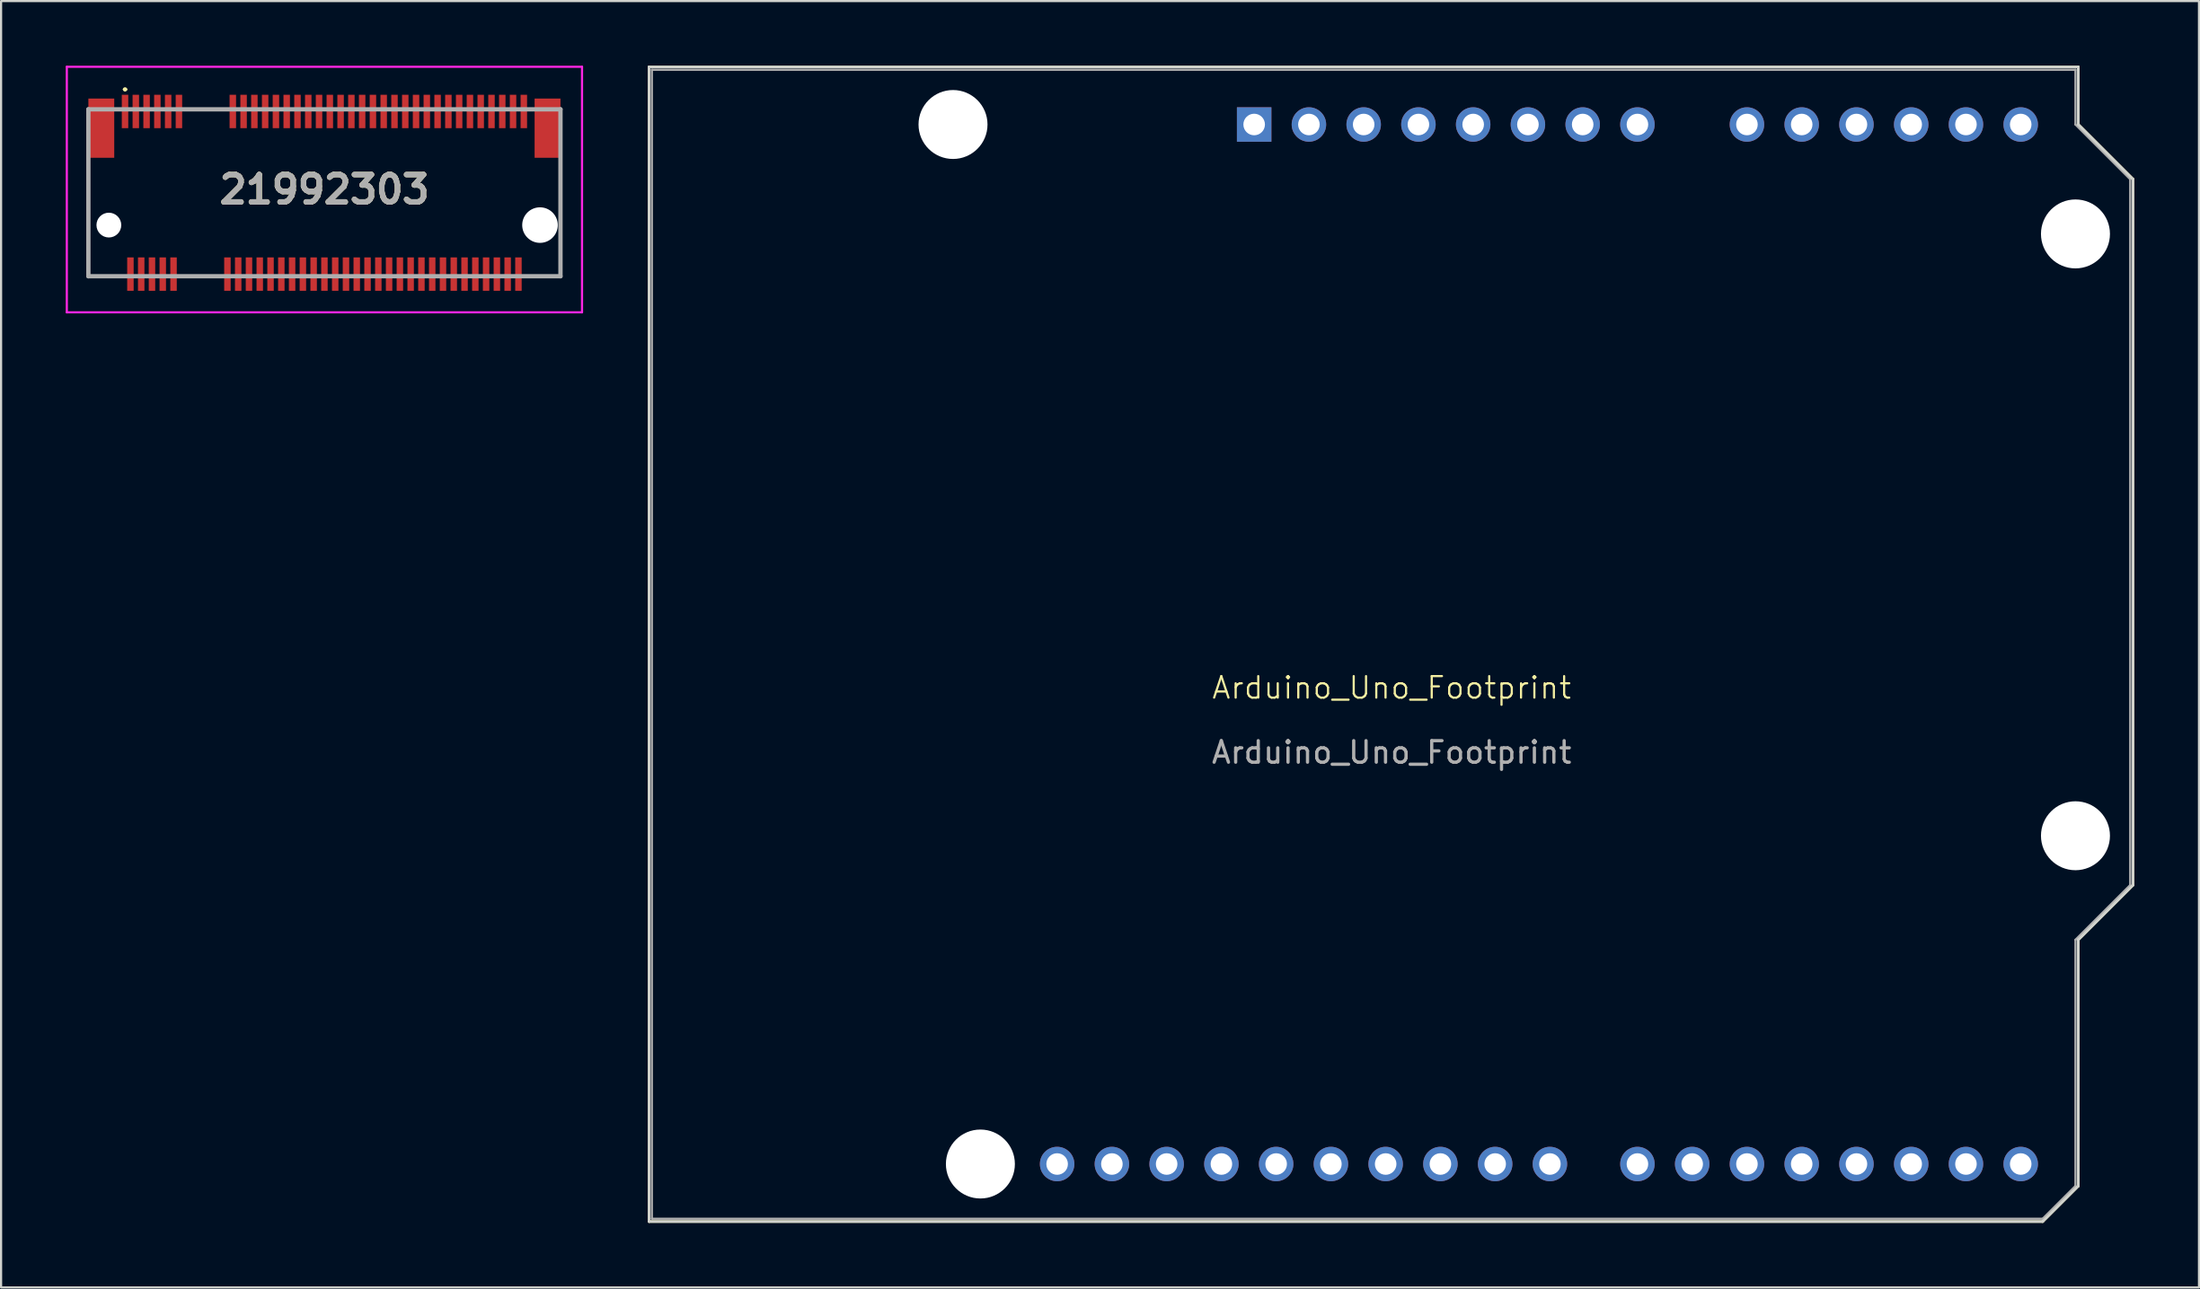
<source format=kicad_pcb>
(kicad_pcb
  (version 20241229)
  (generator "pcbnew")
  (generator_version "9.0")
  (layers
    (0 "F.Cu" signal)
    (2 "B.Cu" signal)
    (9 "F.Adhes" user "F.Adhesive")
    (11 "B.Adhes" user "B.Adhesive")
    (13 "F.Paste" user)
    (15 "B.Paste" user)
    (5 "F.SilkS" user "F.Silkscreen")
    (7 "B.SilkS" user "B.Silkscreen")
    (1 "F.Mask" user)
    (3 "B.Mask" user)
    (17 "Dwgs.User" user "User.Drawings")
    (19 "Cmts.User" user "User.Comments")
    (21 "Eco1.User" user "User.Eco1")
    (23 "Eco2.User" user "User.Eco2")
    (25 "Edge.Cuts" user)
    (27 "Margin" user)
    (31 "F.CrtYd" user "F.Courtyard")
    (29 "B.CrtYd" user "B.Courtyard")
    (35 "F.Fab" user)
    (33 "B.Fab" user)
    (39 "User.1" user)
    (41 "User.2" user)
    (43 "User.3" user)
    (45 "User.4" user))
  (footprint "21992303"
    (layer "F.Cu")
    (at 12 7.4)
    (property "Reference" "21992303" (at 0 -1.65 0) (layer "F.SilkS") (effects (font (size 1.27 1.27) (thickness 0.254))))
    (attr through_hole)
    (fp_line (start -10.95 -2.5) (end -10.95 2.375) (stroke (width 0.1) (type solid)) (layer "F.SilkS"))
    (fp_line (start -10.95 2.375) (end -9.5 2.375) (stroke (width 0.1) (type solid)) (layer "F.SilkS"))
    (fp_line (start -9.3 -6.3) (end -9.3 -6.3) (stroke (width 0.1) (type solid)) (layer "F.SilkS"))
    (fp_line (start -9.2 -6.3) (end -9.2 -6.3) (stroke (width 0.1) (type solid)) (layer "F.SilkS"))
    (fp_line (start -6.5 2.375) (end -5 2.375) (stroke (width 0.1) (type solid)) (layer "F.SilkS"))
    (fp_line (start 9.5 2.375) (end 10.95 2.375) (stroke (width 0.1) (type solid)) (layer "F.SilkS"))
    (fp_line (start 10.95 -2.5) (end 10.95 -0.5) (stroke (width 0.1) (type solid)) (layer "F.SilkS"))
    (fp_line (start 10.95 2.375) (end 10.95 0.5) (stroke (width 0.1) (type solid)) (layer "F.SilkS"))
    (fp_arc (start -9.3 -6.3) (mid -9.25 -6.35) (end -9.2 -6.3) (stroke (width 0.1) (type solid)) (layer "F.SilkS"))
    (fp_arc (start -9.2 -6.3) (mid -9.25 -6.25) (end -9.3 -6.3) (stroke (width 0.1) (type solid)) (layer "F.SilkS"))
    (fp_line (start -11.95 -7.35) (end 11.95 -7.35) (stroke (width 0.1) (type solid)) (layer "F.CrtYd"))
    (fp_line (start -11.95 4.05) (end -11.95 -7.35) (stroke (width 0.1) (type solid)) (layer "F.CrtYd"))
    (fp_line (start 11.95 -7.35) (end 11.95 4.05) (stroke (width 0.1) (type solid)) (layer "F.CrtYd"))
    (fp_line (start 11.95 4.05) (end -11.95 4.05) (stroke (width 0.1) (type solid)) (layer "F.CrtYd"))
    (fp_line (start -10.95 -5.375) (end 10.95 -5.375) (stroke (width 0.2) (type solid)) (layer "F.Fab"))
    (fp_line (start -10.95 2.375) (end -10.95 -5.375) (stroke (width 0.2) (type solid)) (layer "F.Fab"))
    (fp_line (start 10.95 -5.375) (end 10.95 2.375) (stroke (width 0.2) (type solid)) (layer "F.Fab"))
    (fp_line (start 10.95 2.375) (end -10.95 2.375) (stroke (width 0.2) (type solid)) (layer "F.Fab"))
    (fp_text user "${REFERENCE}" (at 0 -1.65 0) (layer "F.Fab") (effects (font (size 1.27 1.27) (thickness 0.254))))
    (pad "" np_thru_hole circle (at -10 0) (size 1.15 1.15) (drill 1.15) (layers "*.Cu" "*.Mask"))
    (pad "" np_thru_hole circle (at 10 0) (size 1.65 1.65) (drill 1.65) (layers "*.Cu" "*.Mask"))
    (pad "1" smd rect (at -9.25 -5.275) (size 0.3 1.55) (layers "F.Cu" "F.Mask" "F.Paste"))
    (pad "2" smd rect (at -9 2.275) (size 0.3 1.55) (layers "F.Cu" "F.Mask" "F.Paste"))
    (pad "3" smd rect (at -8.75 -5.275) (size 0.3 1.55) (layers "F.Cu" "F.Mask" "F.Paste"))
    (pad "4" smd rect (at -8.5 2.275) (size 0.3 1.55) (layers "F.Cu" "F.Mask" "F.Paste"))
    (pad "5" smd rect (at -8.25 -5.275) (size 0.3 1.55) (layers "F.Cu" "F.Mask" "F.Paste"))
    (pad "6" smd rect (at -8 2.275) (size 0.3 1.55) (layers "F.Cu" "F.Mask" "F.Paste"))
    (pad "7" smd rect (at -7.75 -5.275) (size 0.3 1.55) (layers "F.Cu" "F.Mask" "F.Paste"))
    (pad "8" smd rect (at -7.5 2.275) (size 0.3 1.55) (layers "F.Cu" "F.Mask" "F.Paste"))
    (pad "9" smd rect (at -7.25 -5.275) (size 0.3 1.55) (layers "F.Cu" "F.Mask" "F.Paste"))
    (pad "10" smd rect (at -7 2.275) (size 0.3 1.55) (layers "F.Cu" "F.Mask" "F.Paste"))
    (pad "11" smd rect (at -6.75 -5.275) (size 0.3 1.55) (layers "F.Cu" "F.Mask" "F.Paste"))
    (pad "20" smd rect (at -4.5 2.275) (size 0.3 1.55) (layers "F.Cu" "F.Mask" "F.Paste"))
    (pad "21" smd rect (at -4.25 -5.275) (size 0.3 1.55) (layers "F.Cu" "F.Mask" "F.Paste"))
    (pad "22" smd rect (at -4 2.275) (size 0.3 1.55) (layers "F.Cu" "F.Mask" "F.Paste"))
    (pad "23" smd rect (at -3.75 -5.275) (size 0.3 1.55) (layers "F.Cu" "F.Mask" "F.Paste"))
    (pad "24" smd rect (at -3.5 2.275) (size 0.3 1.55) (layers "F.Cu" "F.Mask" "F.Paste"))
    (pad "25" smd rect (at -3.25 -5.275) (size 0.3 1.55) (layers "F.Cu" "F.Mask" "F.Paste"))
    (pad "26" smd rect (at -3 2.275) (size 0.3 1.55) (layers "F.Cu" "F.Mask" "F.Paste"))
    (pad "27" smd rect (at -2.75 -5.275) (size 0.3 1.55) (layers "F.Cu" "F.Mask" "F.Paste"))
    (pad "28" smd rect (at -2.5 2.275) (size 0.3 1.55) (layers "F.Cu" "F.Mask" "F.Paste"))
    (pad "29" smd rect (at -2.25 -5.275) (size 0.3 1.55) (layers "F.Cu" "F.Mask" "F.Paste"))
    (pad "30" smd rect (at -2 2.275) (size 0.3 1.55) (layers "F.Cu" "F.Mask" "F.Paste"))
    (pad "31" smd rect (at -1.75 -5.275) (size 0.3 1.55) (layers "F.Cu" "F.Mask" "F.Paste"))
    (pad "32" smd rect (at -1.5 2.275) (size 0.3 1.55) (layers "F.Cu" "F.Mask" "F.Paste"))
    (pad "33" smd rect (at -1.25 -5.275) (size 0.3 1.55) (layers "F.Cu" "F.Mask" "F.Paste"))
    (pad "34" smd rect (at -1 2.275) (size 0.3 1.55) (layers "F.Cu" "F.Mask" "F.Paste"))
    (pad "35" smd rect (at -0.75 -5.275) (size 0.3 1.55) (layers "F.Cu" "F.Mask" "F.Paste"))
    (pad "36" smd rect (at -0.5 2.275) (size 0.3 1.55) (layers "F.Cu" "F.Mask" "F.Paste"))
    (pad "37" smd rect (at -0.25 -5.275) (size 0.3 1.55) (layers "F.Cu" "F.Mask" "F.Paste"))
    (pad "38" smd rect (at 0 2.275) (size 0.3 1.55) (layers "F.Cu" "F.Mask" "F.Paste"))
    (pad "39" smd rect (at 0.25 -5.275) (size 0.3 1.55) (layers "F.Cu" "F.Mask" "F.Paste"))
    (pad "40" smd rect (at 0.5 2.275) (size 0.3 1.55) (layers "F.Cu" "F.Mask" "F.Paste"))
    (pad "41" smd rect (at 0.75 -5.275) (size 0.3 1.55) (layers "F.Cu" "F.Mask" "F.Paste"))
    (pad "42" smd rect (at 1 2.275) (size 0.3 1.55) (layers "F.Cu" "F.Mask" "F.Paste"))
    (pad "43" smd rect (at 1.25 -5.275) (size 0.3 1.55) (layers "F.Cu" "F.Mask" "F.Paste"))
    (pad "44" smd rect (at 1.5 2.275) (size 0.3 1.55) (layers "F.Cu" "F.Mask" "F.Paste"))
    (pad "45" smd rect (at 1.75 -5.275) (size 0.3 1.55) (layers "F.Cu" "F.Mask" "F.Paste"))
    (pad "46" smd rect (at 2 2.275) (size 0.3 1.55) (layers "F.Cu" "F.Mask" "F.Paste"))
    (pad "47" smd rect (at 2.25 -5.275) (size 0.3 1.55) (layers "F.Cu" "F.Mask" "F.Paste"))
    (pad "48" smd rect (at 2.5 2.275) (size 0.3 1.55) (layers "F.Cu" "F.Mask" "F.Paste"))
    (pad "49" smd rect (at 2.75 -5.275) (size 0.3 1.55) (layers "F.Cu" "F.Mask" "F.Paste"))
    (pad "50" smd rect (at 3 2.275) (size 0.3 1.55) (layers "F.Cu" "F.Mask" "F.Paste"))
    (pad "51" smd rect (at 3.25 -5.275) (size 0.3 1.55) (layers "F.Cu" "F.Mask" "F.Paste"))
    (pad "52" smd rect (at 3.5 2.275) (size 0.3 1.55) (layers "F.Cu" "F.Mask" "F.Paste"))
    (pad "53" smd rect (at 3.75 -5.275) (size 0.3 1.55) (layers "F.Cu" "F.Mask" "F.Paste"))
    (pad "54" smd rect (at 4 2.275) (size 0.3 1.55) (layers "F.Cu" "F.Mask" "F.Paste"))
    (pad "55" smd rect (at 4.25 -5.275) (size 0.3 1.55) (layers "F.Cu" "F.Mask" "F.Paste"))
    (pad "56" smd rect (at 4.5 2.275) (size 0.3 1.55) (layers "F.Cu" "F.Mask" "F.Paste"))
    (pad "57" smd rect (at 4.75 -5.275) (size 0.3 1.55) (layers "F.Cu" "F.Mask" "F.Paste"))
    (pad "58" smd rect (at 5 2.275) (size 0.3 1.55) (layers "F.Cu" "F.Mask" "F.Paste"))
    (pad "59" smd rect (at 5.25 -5.275) (size 0.3 1.55) (layers "F.Cu" "F.Mask" "F.Paste"))
    (pad "60" smd rect (at 5.5 2.275) (size 0.3 1.55) (layers "F.Cu" "F.Mask" "F.Paste"))
    (pad "61" smd rect (at 5.75 -5.275) (size 0.3 1.55) (layers "F.Cu" "F.Mask" "F.Paste"))
    (pad "62" smd rect (at 6 2.275) (size 0.3 1.55) (layers "F.Cu" "F.Mask" "F.Paste"))
    (pad "63" smd rect (at 6.25 -5.275) (size 0.3 1.55) (layers "F.Cu" "F.Mask" "F.Paste"))
    (pad "64" smd rect (at 6.5 2.275) (size 0.3 1.55) (layers "F.Cu" "F.Mask" "F.Paste"))
    (pad "65" smd rect (at 6.75 -5.275) (size 0.3 1.55) (layers "F.Cu" "F.Mask" "F.Paste"))
    (pad "66" smd rect (at 7 2.275) (size 0.3 1.55) (layers "F.Cu" "F.Mask" "F.Paste"))
    (pad "67" smd rect (at 7.25 -5.275) (size 0.3 1.55) (layers "F.Cu" "F.Mask" "F.Paste"))
    (pad "68" smd rect (at 7.5 2.275) (size 0.3 1.55) (layers "F.Cu" "F.Mask" "F.Paste"))
    (pad "69" smd rect (at 7.75 -5.275) (size 0.3 1.55) (layers "F.Cu" "F.Mask" "F.Paste"))
    (pad "70" smd rect (at 8 2.275) (size 0.3 1.55) (layers "F.Cu" "F.Mask" "F.Paste"))
    (pad "71" smd rect (at 8.25 -5.275) (size 0.3 1.55) (layers "F.Cu" "F.Mask" "F.Paste"))
    (pad "72" smd rect (at 8.5 2.275) (size 0.3 1.55) (layers "F.Cu" "F.Mask" "F.Paste"))
    (pad "73" smd rect (at 8.75 -5.275) (size 0.3 1.55) (layers "F.Cu" "F.Mask" "F.Paste"))
    (pad "74" smd rect (at 9 2.275) (size 0.3 1.55) (layers "F.Cu" "F.Mask" "F.Paste"))
    (pad "75" smd rect (at 9.25 -5.275) (size 0.3 1.55) (layers "F.Cu" "F.Mask" "F.Paste"))
    (pad "MP1" smd rect (at -10.35 -4.5) (size 1.2 2.75) (layers "F.Cu" "F.Mask" "F.Paste"))
    (pad "MP2" smd rect (at 10.35 -4.5) (size 1.2 2.75) (layers "F.Cu" "F.Mask" "F.Paste")))
  (footprint "Arduino_Uno_Footprint"
    (layer "F.Cu")
    (at 61.51 29.38)
    (property "Reference" "Arduino_Uno_Footprint" (at 0 -0.5 0) (unlocked yes) (layer "F.SilkS") (effects (font (size 1 1) (thickness 0.1))))
    (attr smd)
    (fp_line (start -34.45 -29.32) (end -34.45 14.75) (stroke (width 0.12) (type solid)) (layer "F.SilkS"))
    (fp_line (start -34.45 14.75) (end -34.45 24.28) (stroke (width 0.12) (type solid)) (layer "F.SilkS"))
    (fp_line (start -34.45 24.28) (end 30.2 24.28) (stroke (width 0.12) (type solid)) (layer "F.SilkS"))
    (fp_line (start 30.2 24.28) (end 31.85 22.63) (stroke (width 0.12) (type solid)) (layer "F.SilkS"))
    (fp_line (start 31.85 -29.32) (end -34.45 -29.32) (stroke (width 0.12) (type solid)) (layer "F.SilkS"))
    (fp_line (start 31.85 -26.65) (end 31.85 -29.32) (stroke (width 0.12) (type solid)) (layer "F.SilkS"))
    (fp_line (start 31.85 11.2) (end 34.39 8.66) (stroke (width 0.12) (type solid)) (layer "F.SilkS"))
    (fp_line (start 31.85 22.63) (end 31.85 11.2) (stroke (width 0.12) (type solid)) (layer "F.SilkS"))
    (fp_line (start 34.39 -24.11) (end 31.85 -26.65) (stroke (width 0.12) (type solid)) (layer "F.SilkS"))
    (fp_line (start 34.39 8.66) (end 34.39 -24.11) (stroke (width 0.12) (type solid)) (layer "F.SilkS"))
    (fp_line (start -34.45 -29.32) (end -34.45 14.75) (stroke (width 0.12) (type solid)) (layer "Edge.Cuts"))
    (fp_line (start -34.45 14.75) (end -34.45 24.28) (stroke (width 0.12) (type solid)) (layer "Edge.Cuts"))
    (fp_line (start -34.45 24.28) (end 30.2 24.28) (stroke (width 0.12) (type solid)) (layer "Edge.Cuts"))
    (fp_line (start 30.2 24.28) (end 31.85 22.63) (stroke (width 0.12) (type solid)) (layer "Edge.Cuts"))
    (fp_line (start 31.85 -29.32) (end -34.45 -29.32) (stroke (width 0.12) (type solid)) (layer "Edge.Cuts"))
    (fp_line (start 31.85 -26.65) (end 31.85 -29.32) (stroke (width 0.12) (type solid)) (layer "Edge.Cuts"))
    (fp_line (start 31.85 11.2) (end 34.39 8.66) (stroke (width 0.12) (type solid)) (layer "Edge.Cuts"))
    (fp_line (start 31.85 22.63) (end 31.85 11.2) (stroke (width 0.12) (type solid)) (layer "Edge.Cuts"))
    (fp_line (start 34.39 -24.11) (end 31.85 -26.65) (stroke (width 0.12) (type solid)) (layer "Edge.Cuts"))
    (fp_line (start 34.39 8.66) (end 34.39 -24.11) (stroke (width 0.12) (type solid)) (layer "Edge.Cuts"))
    (fp_line (start -34.32 -29.19) (end 31.72 -29.19) (stroke (width 0.1) (type solid)) (layer "F.Fab"))
    (fp_line (start -34.32 24.15) (end -34.32 -29.19) (stroke (width 0.1) (type solid)) (layer "F.Fab"))
    (fp_line (start 30.2 24.15) (end -34.32 24.15) (stroke (width 0.1) (type solid)) (layer "F.Fab"))
    (fp_line (start 31.72 -29.19) (end 31.72 -26.65) (stroke (width 0.1) (type solid)) (layer "F.Fab"))
    (fp_line (start 31.72 -26.65) (end 34.26 -24.11) (stroke (width 0.1) (type solid)) (layer "F.Fab"))
    (fp_line (start 31.72 11.2) (end 31.72 22.63) (stroke (width 0.1) (type solid)) (layer "F.Fab"))
    (fp_line (start 31.72 22.63) (end 30.2 24.15) (stroke (width 0.1) (type solid)) (layer "F.Fab"))
    (fp_line (start 34.26 -24.11) (end 34.26 8.66) (stroke (width 0.1) (type solid)) (layer "F.Fab"))
    (fp_line (start 34.26 8.66) (end 31.72 11.2) (stroke (width 0.1) (type solid)) (layer "F.Fab"))
    (fp_text user "${REFERENCE}" (at 0 2.5 0) (unlocked yes) (layer "F.Fab") (effects (font (size 1 1) (thickness 0.15))))
    (pad "" np_thru_hole circle (at -20.35 -26.65 90) (size 3.2 3.2) (drill 3.2) (layers "*.Cu" "*.Mask"))
    (pad "" np_thru_hole circle (at -19.08 21.61 90) (size 3.2 3.2) (drill 3.2) (layers "*.Cu" "*.Mask"))
    (pad "" np_thru_hole circle (at 31.72 -21.57 90) (size 3.2 3.2) (drill 3.2) (layers "*.Cu" "*.Mask"))
    (pad "" np_thru_hole circle (at 31.72 6.37 90) (size 3.2 3.2) (drill 3.2) (layers "*.Cu" "*.Mask"))
    (pad "1" thru_hole rect (at -6.38 -26.65 90) (size 1.6 1.6) (drill 1) (layers "*.Cu" "*.Mask"))
    (pad "2" thru_hole oval (at -3.84 -26.65 90) (size 1.6 1.6) (drill 1) (layers "*.Cu" "*.Mask"))
    (pad "3" thru_hole oval (at -1.3 -26.65 90) (size 1.6 1.6) (drill 1) (layers "*.Cu" "*.Mask"))
    (pad "4" thru_hole oval (at 1.24 -26.65 90) (size 1.6 1.6) (drill 1) (layers "*.Cu" "*.Mask"))
    (pad "5" thru_hole oval (at 3.78 -26.65 90) (size 1.6 1.6) (drill 1) (layers "*.Cu" "*.Mask"))
    (pad "6" thru_hole oval (at 6.32 -26.65 90) (size 1.6 1.6) (drill 1) (layers "*.Cu" "*.Mask"))
    (pad "7" thru_hole oval (at 8.86 -26.65 90) (size 1.6 1.6) (drill 1) (layers "*.Cu" "*.Mask"))
    (pad "8" thru_hole oval (at 11.4 -26.65 90) (size 1.6 1.6) (drill 1) (layers "*.Cu" "*.Mask"))
    (pad "9" thru_hole oval (at 16.48 -26.65 90) (size 1.6 1.6) (drill 1) (layers "*.Cu" "*.Mask"))
    (pad "10" thru_hole oval (at 19.02 -26.65 90) (size 1.6 1.6) (drill 1) (layers "*.Cu" "*.Mask"))
    (pad "11" thru_hole oval (at 21.56 -26.65 90) (size 1.6 1.6) (drill 1) (layers "*.Cu" "*.Mask"))
    (pad "12" thru_hole oval (at 24.1 -26.65 90) (size 1.6 1.6) (drill 1) (layers "*.Cu" "*.Mask"))
    (pad "13" thru_hole oval (at 26.64 -26.65 90) (size 1.6 1.6) (drill 1) (layers "*.Cu" "*.Mask"))
    (pad "14" thru_hole oval (at 29.18 -26.65 90) (size 1.6 1.6) (drill 1) (layers "*.Cu" "*.Mask"))
    (pad "15" thru_hole oval (at 29.18 21.61 90) (size 1.6 1.6) (drill 1) (layers "*.Cu" "*.Mask"))
    (pad "16" thru_hole oval (at 26.64 21.61 90) (size 1.6 1.6) (drill 1) (layers "*.Cu" "*.Mask"))
    (pad "17" thru_hole oval (at 24.1 21.61 90) (size 1.6 1.6) (drill 1) (layers "*.Cu" "*.Mask"))
    (pad "18" thru_hole oval (at 21.56 21.61 90) (size 1.6 1.6) (drill 1) (layers "*.Cu" "*.Mask"))
    (pad "19" thru_hole oval (at 19.02 21.61 90) (size 1.6 1.6) (drill 1) (layers "*.Cu" "*.Mask"))
    (pad "20" thru_hole oval (at 16.48 21.61 90) (size 1.6 1.6) (drill 1) (layers "*.Cu" "*.Mask"))
    (pad "21" thru_hole oval (at 13.94 21.61 90) (size 1.6 1.6) (drill 1) (layers "*.Cu" "*.Mask"))
    (pad "22" thru_hole oval (at 11.4 21.61 90) (size 1.6 1.6) (drill 1) (layers "*.Cu" "*.Mask"))
    (pad "23" thru_hole oval (at 7.34 21.61 90) (size 1.6 1.6) (drill 1) (layers "*.Cu" "*.Mask"))
    (pad "24" thru_hole oval (at 4.8 21.61 90) (size 1.6 1.6) (drill 1) (layers "*.Cu" "*.Mask"))
    (pad "25" thru_hole oval (at 2.26 21.61 90) (size 1.6 1.6) (drill 1) (layers "*.Cu" "*.Mask"))
    (pad "26" thru_hole oval (at -0.28 21.61 90) (size 1.6 1.6) (drill 1) (layers "*.Cu" "*.Mask"))
    (pad "27" thru_hole oval (at -2.82 21.61 90) (size 1.6 1.6) (drill 1) (layers "*.Cu" "*.Mask"))
    (pad "28" thru_hole oval (at -5.36 21.61 90) (size 1.6 1.6) (drill 1) (layers "*.Cu" "*.Mask"))
    (pad "29" thru_hole oval (at -7.9 21.61 90) (size 1.6 1.6) (drill 1) (layers "*.Cu" "*.Mask"))
    (pad "30" thru_hole oval (at -10.44 21.61 90) (size 1.6 1.6) (drill 1) (layers "*.Cu" "*.Mask"))
    (pad "31" thru_hole oval (at -12.98 21.61 90) (size 1.6 1.6) (drill 1) (layers "*.Cu" "*.Mask"))
    (pad "32" thru_hole oval (at -15.52 21.61 90) (size 1.6 1.6) (drill 1) (layers "*.Cu" "*.Mask")))
  (gr_rect
    (start -3 -3)
    (end 98.96 56.72)
    (stroke (width 0.1) (type default))
    (fill no)
    (layer "Edge.Cuts")))
</source>
